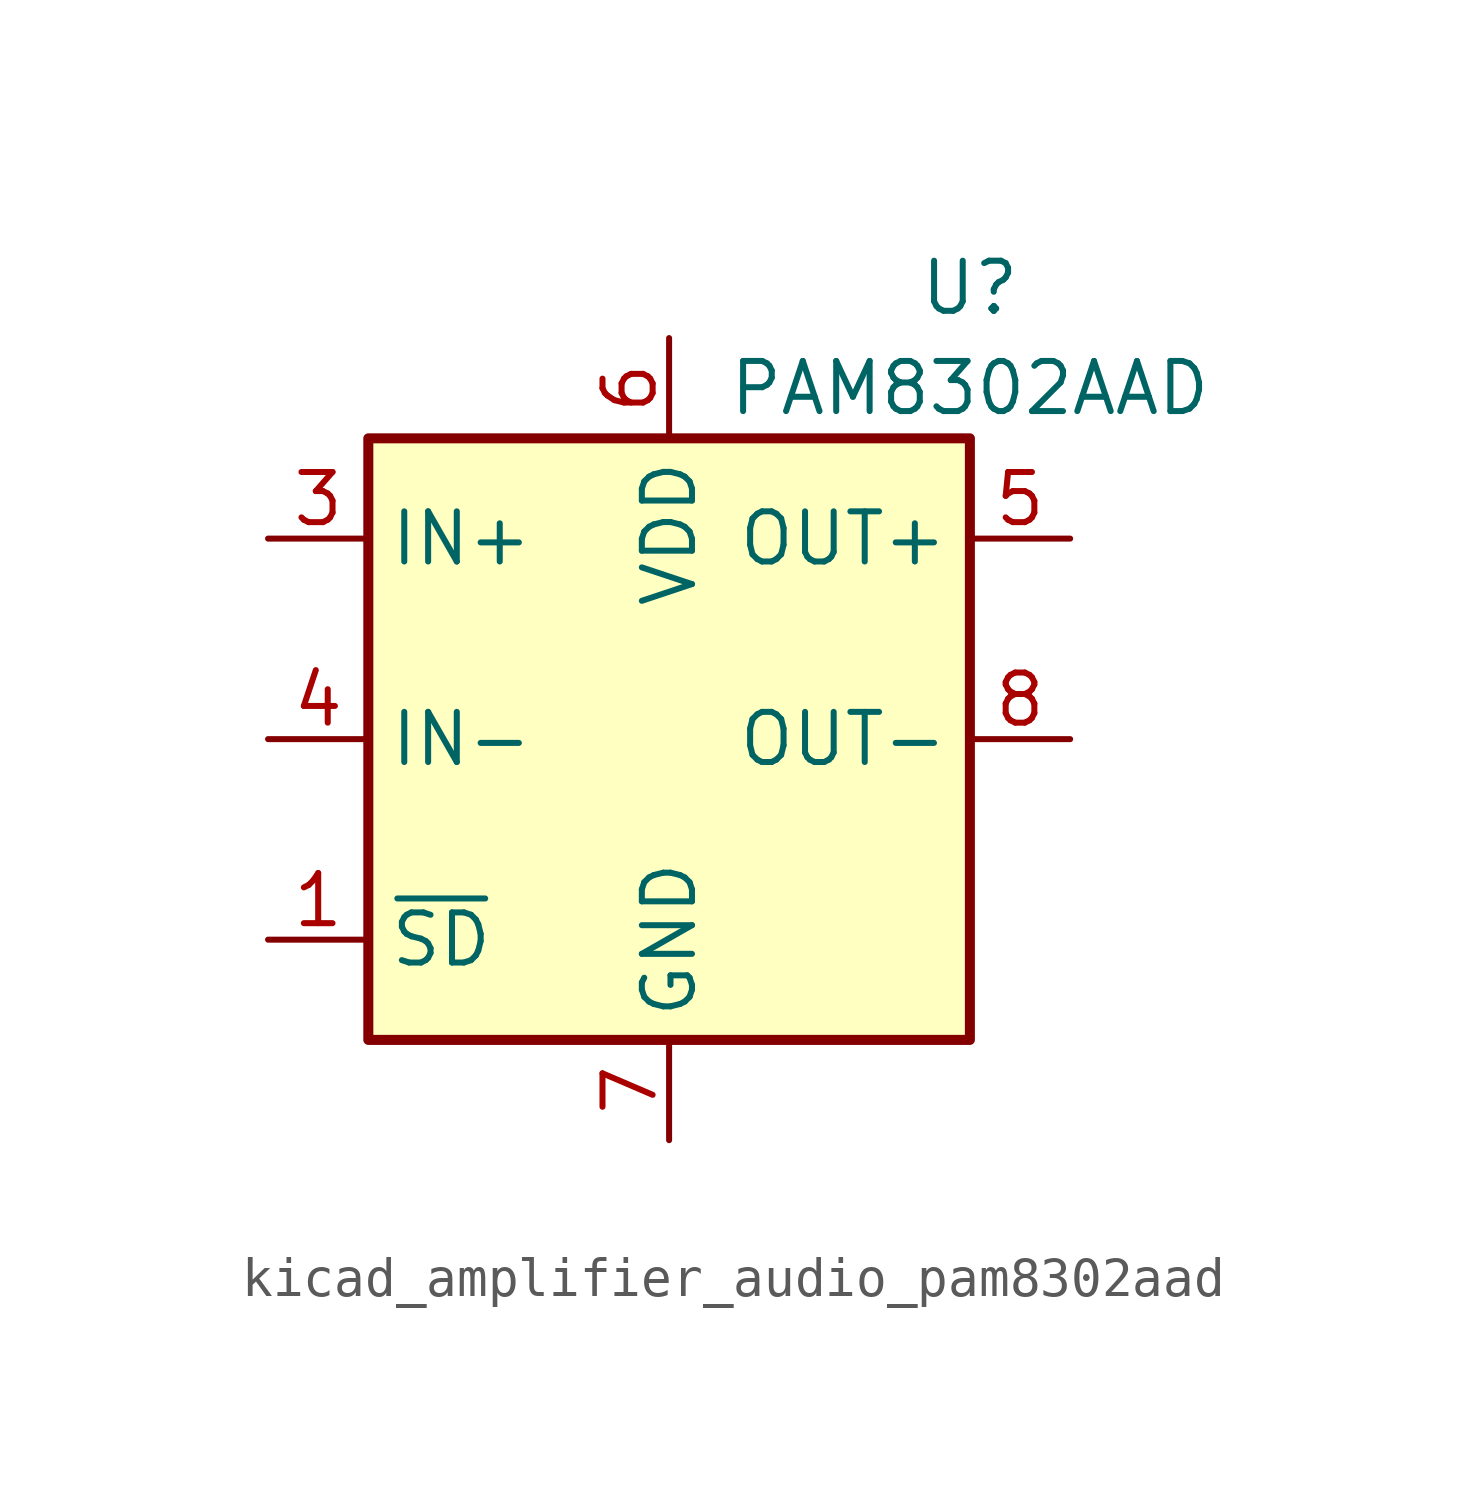
<source format=kicad_sym>
(kicad_symbol_lib
  (version 20220914)
  (generator kicad_symbol_editor)
  (symbol "kicad_amplifier_audio_pam8302aad"
    (property "Reference" "U"
      (at 7.62 11.43 0)
      (effects (font (size 1.27 1.27))))
    (property "Value" "PAM8302AAD"
      (at 7.62 8.89 0)
      (effects (font (size 1.27 1.27))))
    (symbol "kicad_amplifier_audio_pam8302aad_0_1"
      (rectangle (start -7.62 7.62) (end 7.62 -7.62) (stroke (width 0.254) (type default)) (fill (type background))))
    (symbol "kicad_amplifier_audio_pam8302aad_1_1"
      (pin input line (at -10.16 -5.08 0) (length 2.54) (name "~{SD}" (effects (font (size 1.27 1.27)))) (number "1" (effects (font (size 1.27 1.27)))))
      (pin no_connect line (at 7.62 -5.08 180) (length 2.54) hide (name "NC" (effects (font (size 1.27 1.27)))) (number "2" (effects (font (size 1.27 1.27)))))
      (pin input line (at -10.16 5.08 0) (length 2.54) (name "IN+" (effects (font (size 1.27 1.27)))) (number "3" (effects (font (size 1.27 1.27)))))
      (pin input line (at -10.16 0 0) (length 2.54) (name "IN-" (effects (font (size 1.27 1.27)))) (number "4" (effects (font (size 1.27 1.27)))))
      (pin output line (at 10.16 5.08 180) (length 2.54) (name "OUT+" (effects (font (size 1.27 1.27)))) (number "5" (effects (font (size 1.27 1.27)))))
      (pin power_in line (at 0 10.16 270) (length 2.54) (name "VDD" (effects (font (size 1.27 1.27)))) (number "6" (effects (font (size 1.27 1.27)))))
      (pin power_in line (at 0 -10.16 90) (length 2.54) (name "GND" (effects (font (size 1.27 1.27)))) (number "7" (effects (font (size 1.27 1.27)))))
      (pin output line (at 10.16 0 180) (length 2.54) (name "OUT-" (effects (font (size 1.27 1.27)))) (number "8" (effects (font (size 1.27 1.27))))))))
</source>
